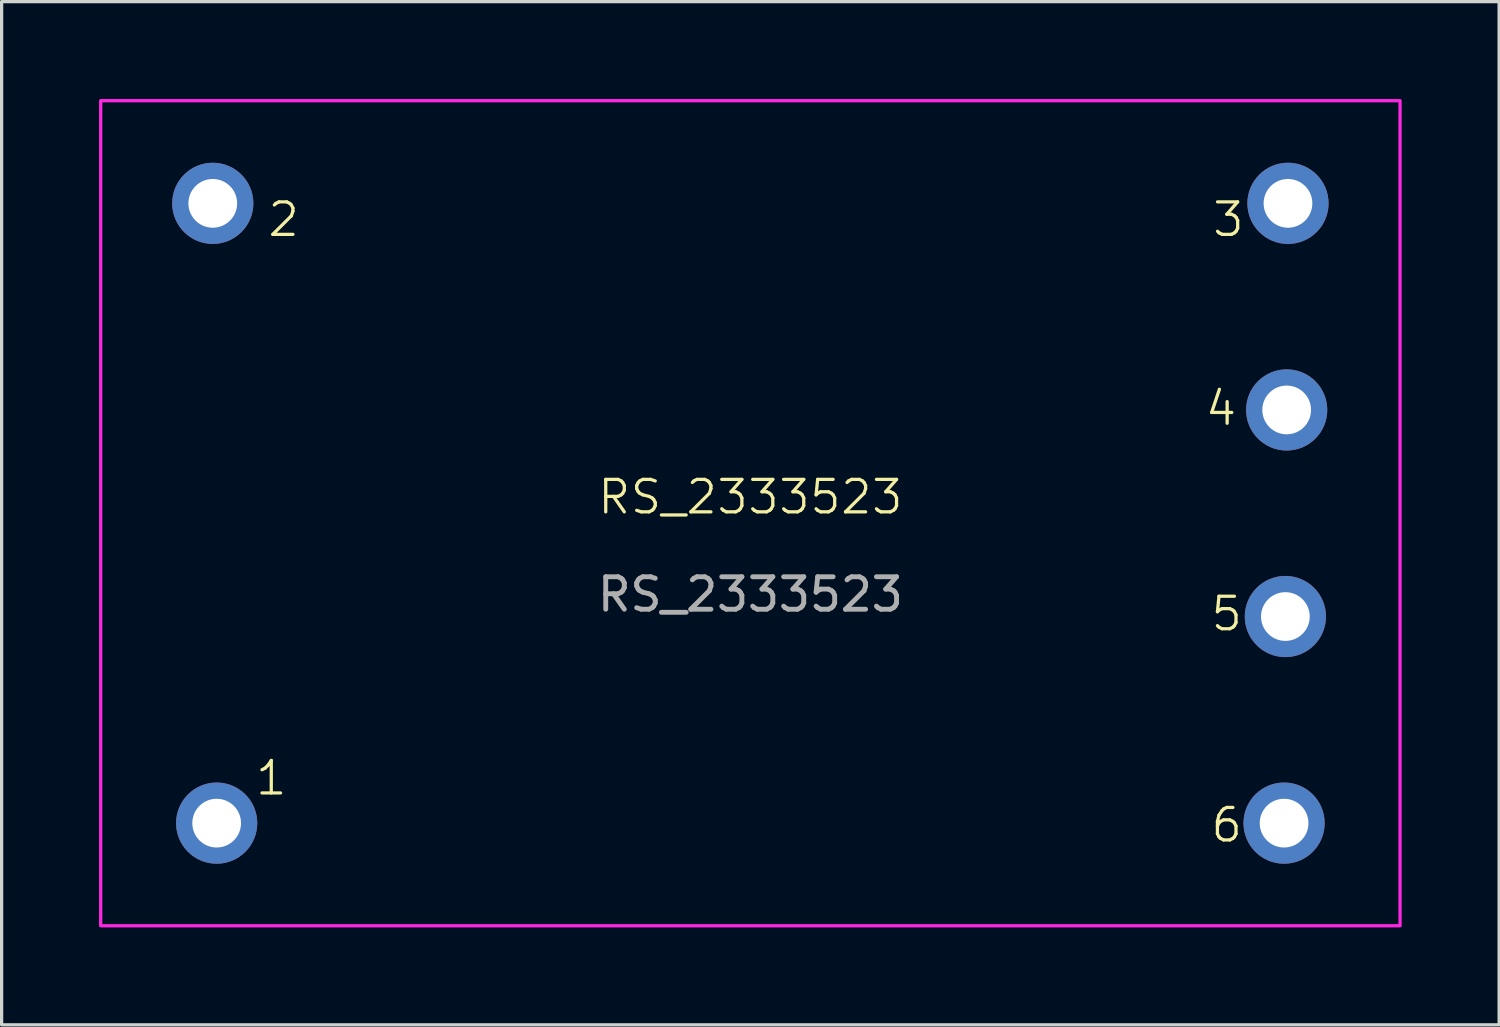
<source format=kicad_pcb>
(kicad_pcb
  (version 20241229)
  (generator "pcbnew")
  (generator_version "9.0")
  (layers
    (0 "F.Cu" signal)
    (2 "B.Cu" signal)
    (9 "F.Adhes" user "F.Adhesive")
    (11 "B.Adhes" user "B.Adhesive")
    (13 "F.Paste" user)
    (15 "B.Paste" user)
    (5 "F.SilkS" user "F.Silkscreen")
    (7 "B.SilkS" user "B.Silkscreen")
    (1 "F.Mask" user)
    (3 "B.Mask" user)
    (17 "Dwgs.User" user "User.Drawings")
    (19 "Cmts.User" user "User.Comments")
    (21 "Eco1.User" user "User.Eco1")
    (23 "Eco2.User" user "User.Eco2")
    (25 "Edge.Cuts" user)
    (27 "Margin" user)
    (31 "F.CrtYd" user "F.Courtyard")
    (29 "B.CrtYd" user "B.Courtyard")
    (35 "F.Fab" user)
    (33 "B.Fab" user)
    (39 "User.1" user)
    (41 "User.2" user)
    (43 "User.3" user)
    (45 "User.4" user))
  (footprint "RS_2333523"
    (layer "F.Cu")
    (at 20.05 12.75)
    (property "Reference" "RS_2333523" (at 0 -0.5 0) (unlocked yes) (layer "F.SilkS") (effects (font (size 1 1) (thickness 0.1))))
    (attr through_hole)
    (fp_rect (start -20 -12.7) (end 20 12.7) (stroke (width 0.05) (type default)) (fill no) (layer "F.SilkS"))
    (fp_rect (start -20 -12.7) (end 20 12.7) (stroke (width 0.1) (type default)) (fill no) (layer "F.CrtYd"))
    (fp_text user "4" (at 13.945 -2.642 0) (unlocked yes) (layer "F.SilkS") (effects (font (size 1 1) (thickness 0.1)) (justify left bottom)))
    (fp_text user "6" (at 14.122 10.185 0) (unlocked yes) (layer "F.SilkS") (effects (font (size 1 1) (thickness 0.1)) (justify left bottom)))
    (fp_text user "2" (at -14.91 -8.458 0) (unlocked yes) (layer "F.SilkS") (effects (font (size 1 1) (thickness 0.1)) (justify left bottom)))
    (fp_text user "1" (at -15.291 8.738 0) (unlocked yes) (layer "F.SilkS") (effects (font (size 1 1) (thickness 0.1)) (justify left bottom)))
    (fp_text user "5" (at 14.122 3.683 0) (unlocked yes) (layer "F.SilkS") (effects (font (size 1 1) (thickness 0.1)) (justify left bottom)))
    (fp_text user "3" (at 14.173 -8.458 0) (unlocked yes) (layer "F.SilkS") (effects (font (size 1 1) (thickness 0.1)) (justify left bottom)))
    (fp_text user "${REFERENCE}" (at 0 2.5 0) (unlocked yes) (layer "F.Fab") (effects (font (size 1 1) (thickness 0.15))))
    (pad "1" thru_hole circle (at -16.43 9.54) (size 2.5 2.5) (drill 1.5) (layers "*.Cu" "*.Mask"))
    (pad "2" thru_hole circle (at -16.55 -9.54) (size 2.5 2.5) (drill 1.5) (layers "*.Cu" "*.Mask"))
    (pad "3" thru_hole circle (at 16.55 -9.54) (size 2.5 2.5) (drill 1.5) (layers "*.Cu" "*.Mask"))
    (pad "4" thru_hole circle (at 16.51 -3.18) (size 2.5 2.5) (drill 1.5) (layers "*.Cu" "*.Mask"))
    (pad "5" thru_hole circle (at 16.47 3.18) (size 2.5 2.5) (drill 1.5) (layers "*.Cu" "*.Mask"))
    (pad "6" thru_hole circle (at 16.43 9.54) (size 2.5 2.5) (drill 1.5) (layers "*.Cu" "*.Mask")))
  (gr_rect
    (start -3 -3)
    (end 43.1 28.5)
    (stroke (width 0.1) (type default))
    (fill no)
    (layer "Edge.Cuts")))
</source>
